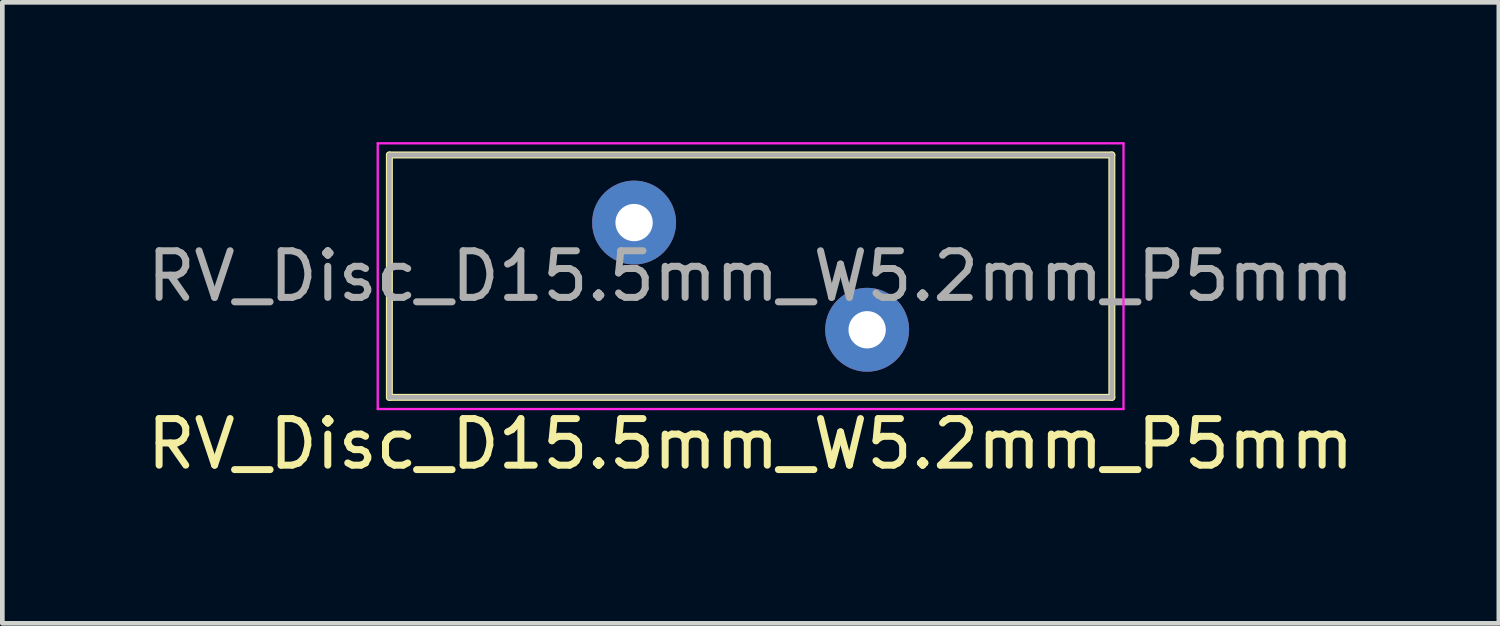
<source format=kicad_pcb>
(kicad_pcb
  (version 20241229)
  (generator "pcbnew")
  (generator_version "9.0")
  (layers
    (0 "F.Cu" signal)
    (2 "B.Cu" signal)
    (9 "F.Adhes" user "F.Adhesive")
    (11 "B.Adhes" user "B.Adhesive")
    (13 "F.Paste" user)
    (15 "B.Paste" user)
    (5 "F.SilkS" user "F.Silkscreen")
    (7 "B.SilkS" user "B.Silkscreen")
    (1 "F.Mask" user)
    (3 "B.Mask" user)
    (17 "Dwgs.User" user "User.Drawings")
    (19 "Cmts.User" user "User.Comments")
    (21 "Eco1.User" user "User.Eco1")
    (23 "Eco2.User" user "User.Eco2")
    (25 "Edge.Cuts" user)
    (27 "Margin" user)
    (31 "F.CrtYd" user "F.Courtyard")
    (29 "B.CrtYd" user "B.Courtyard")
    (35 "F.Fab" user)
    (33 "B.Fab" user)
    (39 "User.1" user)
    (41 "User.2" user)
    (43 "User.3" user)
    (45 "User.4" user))
  (footprint "RV_Disc_D15.5mm_W5.2mm_P5mm"
    (layer "F.Cu")
    (at 10.554 1.725)
    (property "Reference" "RV_Disc_D15.5mm_W5.2mm_P5mm" (at 2.5 4.75 0) (layer "F.SilkS") (effects (font (size 1 1) (thickness 0.15))))
    (attr through_hole)
    (fp_line (start -5.25 -1.45) (end -5.25 3.75) (stroke (width 0.15) (type solid)) (layer "F.SilkS"))
    (fp_line (start -5.25 -1.45) (end 10.25 -1.45) (stroke (width 0.15) (type solid)) (layer "F.SilkS"))
    (fp_line (start -5.25 3.75) (end 10.25 3.75) (stroke (width 0.15) (type solid)) (layer "F.SilkS"))
    (fp_line (start 10.25 -1.45) (end 10.25 3.75) (stroke (width 0.15) (type solid)) (layer "F.SilkS"))
    (fp_line (start -5.5 -1.7) (end -5.5 4) (stroke (width 0.05) (type solid)) (layer "F.CrtYd"))
    (fp_line (start -5.5 -1.7) (end 10.5 -1.7) (stroke (width 0.05) (type solid)) (layer "F.CrtYd"))
    (fp_line (start -5.5 4) (end 10.5 4) (stroke (width 0.05) (type solid)) (layer "F.CrtYd"))
    (fp_line (start 10.5 -1.7) (end 10.5 4) (stroke (width 0.05) (type solid)) (layer "F.CrtYd"))
    (fp_line (start -5.25 -1.45) (end -5.25 3.75) (stroke (width 0.1) (type solid)) (layer "F.Fab"))
    (fp_line (start -5.25 -1.45) (end 10.25 -1.45) (stroke (width 0.1) (type solid)) (layer "F.Fab"))
    (fp_line (start -5.25 3.75) (end 10.25 3.75) (stroke (width 0.1) (type solid)) (layer "F.Fab"))
    (fp_line (start 10.25 -1.45) (end 10.25 3.75) (stroke (width 0.1) (type solid)) (layer "F.Fab"))
    (fp_text user "${REFERENCE}" (at 2.5 1.15 0) (layer "F.Fab") (effects (font (size 1 1) (thickness 0.15))))
    (pad "1" thru_hole circle (at 0 0) (size 1.8 1.8) (drill 0.8) (layers "*.Cu" "*.Mask"))
    (pad "2" thru_hole circle (at 5 2.3) (size 1.8 1.8) (drill 0.8) (layers "*.Cu" "*.Mask")))
  (gr_rect
    (start -3 -3)
    (end 29.107 10.323)
    (stroke (width 0.1) (type default))
    (fill no)
    (layer "Edge.Cuts")))
</source>
